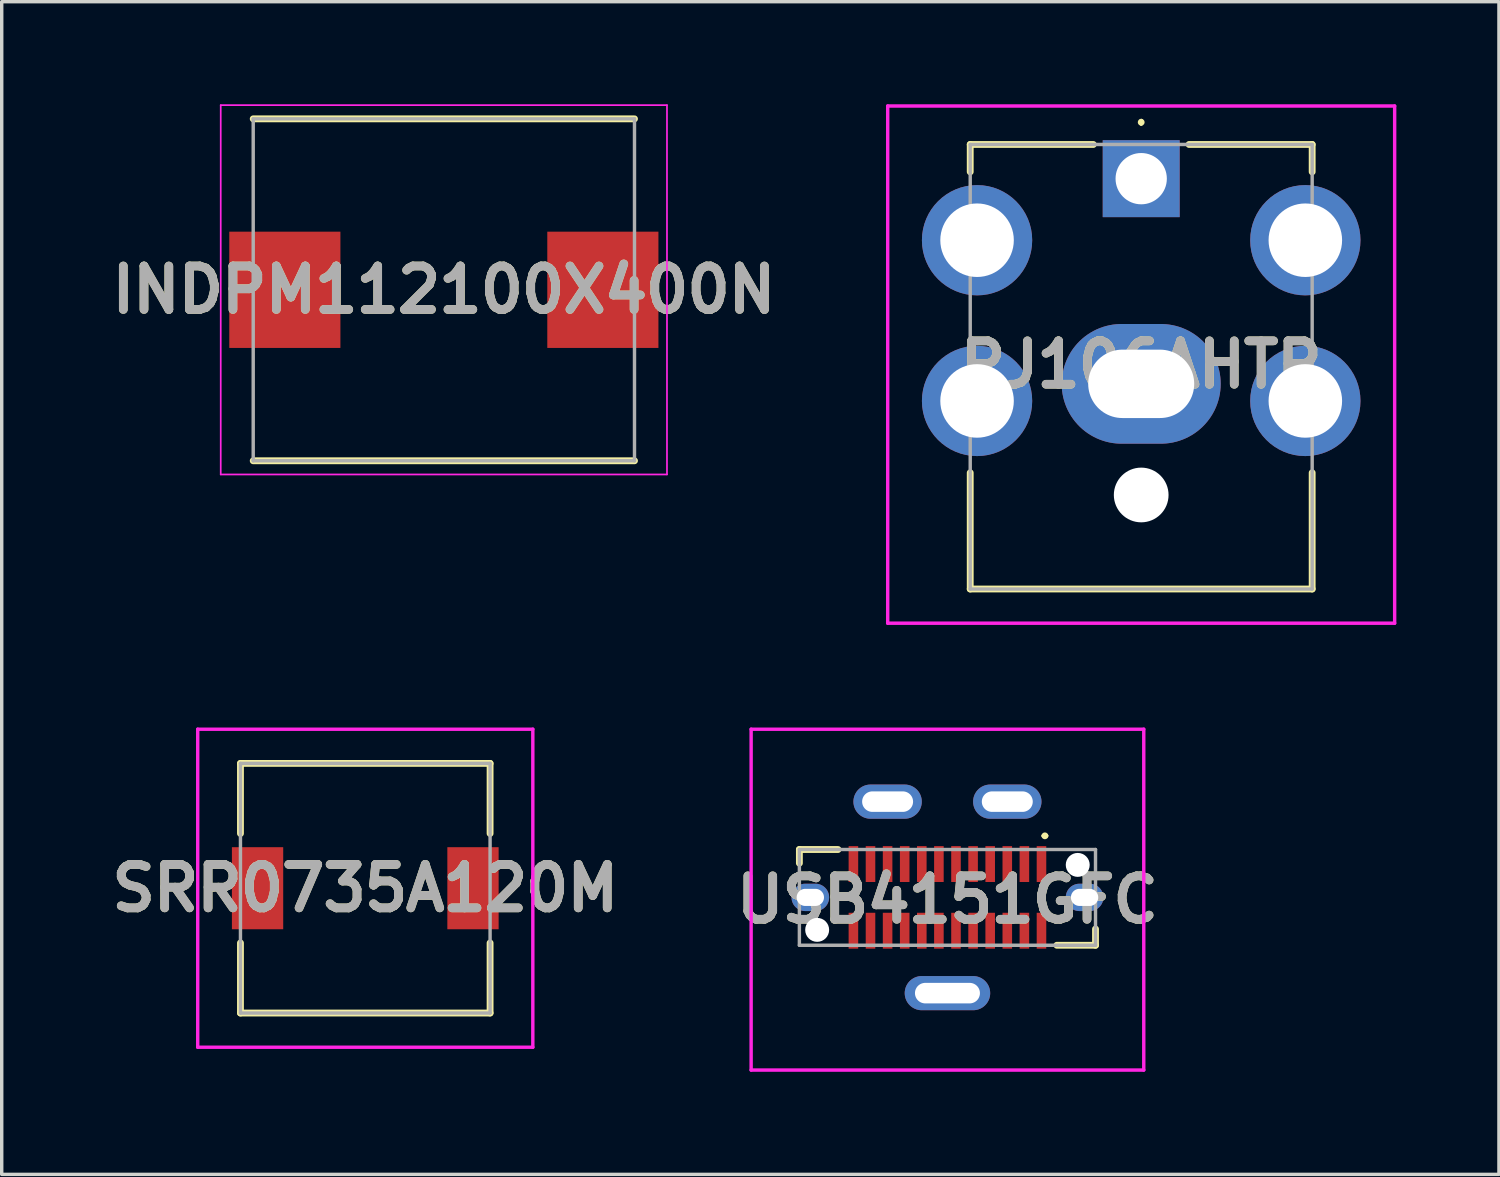
<source format=kicad_pcb>
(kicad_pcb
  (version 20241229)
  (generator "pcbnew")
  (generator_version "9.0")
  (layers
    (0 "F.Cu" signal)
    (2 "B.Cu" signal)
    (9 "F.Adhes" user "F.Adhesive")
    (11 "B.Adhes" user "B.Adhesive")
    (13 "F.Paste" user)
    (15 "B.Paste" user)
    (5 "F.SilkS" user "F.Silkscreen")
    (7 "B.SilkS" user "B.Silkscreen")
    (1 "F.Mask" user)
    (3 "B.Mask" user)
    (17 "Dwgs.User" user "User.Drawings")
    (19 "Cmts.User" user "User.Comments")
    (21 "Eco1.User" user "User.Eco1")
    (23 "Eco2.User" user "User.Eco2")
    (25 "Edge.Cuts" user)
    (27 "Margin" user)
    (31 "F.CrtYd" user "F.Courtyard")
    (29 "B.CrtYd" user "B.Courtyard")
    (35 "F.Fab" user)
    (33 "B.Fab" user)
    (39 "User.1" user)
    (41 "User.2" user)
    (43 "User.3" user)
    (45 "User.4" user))
  (footprint "USB4151GFC"
    (layer "F.Cu")
    (at 24.657 23.193)
    (property "Reference" "USB4151GFC" (at 0 0.066 0) (layer "F.SilkS") (effects (font (size 1.27 1.27) (thickness 0.254))))
    (attr through_hole)
    (fp_line (start -4.33 -1.4) (end -4.33 -1) (stroke (width 0.2) (type solid)) (layer "F.SilkS"))
    (fp_line (start -3.2 -1.4) (end -4.33 -1.4) (stroke (width 0.2) (type solid)) (layer "F.SilkS"))
    (fp_line (start 2.8 -1.8) (end 2.8 -1.8) (stroke (width 0.1) (type solid)) (layer "F.SilkS"))
    (fp_line (start 2.9 -1.8) (end 2.9 -1.8) (stroke (width 0.1) (type solid)) (layer "F.SilkS"))
    (fp_line (start 3.2 1.4) (end 4.33 1.4) (stroke (width 0.2) (type solid)) (layer "F.SilkS"))
    (fp_line (start 4.33 1.4) (end 4.33 0.925) (stroke (width 0.2) (type solid)) (layer "F.SilkS"))
    (fp_arc (start 2.8 -1.8) (mid 2.85 -1.85) (end 2.9 -1.8) (stroke (width 0.1) (type solid)) (layer "F.SilkS"))
    (fp_arc (start 2.9 -1.8) (mid 2.85 -1.75) (end 2.8 -1.8) (stroke (width 0.1) (type solid)) (layer "F.SilkS"))
    (fp_line (start -5.741 -4.918) (end 5.741 -4.918) (stroke (width 0.1) (type solid)) (layer "F.CrtYd"))
    (fp_line (start -5.741 5.05) (end -5.741 -4.918) (stroke (width 0.1) (type solid)) (layer "F.CrtYd"))
    (fp_line (start 5.741 -4.918) (end 5.741 5.05) (stroke (width 0.1) (type solid)) (layer "F.CrtYd"))
    (fp_line (start 5.741 5.05) (end -5.741 5.05) (stroke (width 0.1) (type solid)) (layer "F.CrtYd"))
    (fp_line (start -4.33 -1.4) (end 4.33 -1.4) (stroke (width 0.1) (type solid)) (layer "F.Fab"))
    (fp_line (start -4.33 1.4) (end -4.33 -1.4) (stroke (width 0.1) (type solid)) (layer "F.Fab"))
    (fp_line (start 4.33 -1.4) (end 4.33 1.4) (stroke (width 0.1) (type solid)) (layer "F.Fab"))
    (fp_line (start 4.33 1.4) (end -4.33 1.4) (stroke (width 0.1) (type solid)) (layer "F.Fab"))
    (fp_text user "${REFERENCE}" (at 0 0.066 0) (layer "F.Fab") (effects (font (size 1.27 1.27) (thickness 0.254))))
    (pad "" np_thru_hole circle (at -3.81 0.95) (size 0.7 0.7) (drill 0.7) (layers "*.Cu" "*.Mask"))
    (pad "" np_thru_hole circle (at 3.81 -0.95) (size 0.7 0.7) (drill 0.7) (layers "*.Cu" "*.Mask"))
    (pad "A1" smd rect (at 2.75 -0.975) (size 0.28 1.05) (layers "F.Cu" "F.Mask" "F.Paste"))
    (pad "A2" smd rect (at 2.25 -0.975) (size 0.28 1.05) (layers "F.Cu" "F.Mask" "F.Paste"))
    (pad "A3" smd rect (at 1.75 -0.975) (size 0.28 1.05) (layers "F.Cu" "F.Mask" "F.Paste"))
    (pad "A4" smd rect (at 1.25 -0.975) (size 0.28 1.05) (layers "F.Cu" "F.Mask" "F.Paste"))
    (pad "A5" smd rect (at 0.75 -0.975) (size 0.28 1.05) (layers "F.Cu" "F.Mask" "F.Paste"))
    (pad "A6" smd rect (at 0.25 -0.975) (size 0.28 1.05) (layers "F.Cu" "F.Mask" "F.Paste"))
    (pad "A7" smd rect (at -0.25 -0.975) (size 0.28 1.05) (layers "F.Cu" "F.Mask" "F.Paste"))
    (pad "A8" smd rect (at -0.75 -0.975) (size 0.28 1.05) (layers "F.Cu" "F.Mask" "F.Paste"))
    (pad "A9" smd rect (at -1.25 -0.975) (size 0.28 1.05) (layers "F.Cu" "F.Mask" "F.Paste"))
    (pad "A10" smd rect (at -1.75 -0.975) (size 0.28 1.05) (layers "F.Cu" "F.Mask" "F.Paste"))
    (pad "A11" smd rect (at -2.25 -0.975) (size 0.28 1.05) (layers "F.Cu" "F.Mask" "F.Paste"))
    (pad "A12" smd rect (at -2.75 -0.975) (size 0.28 1.05) (layers "F.Cu" "F.Mask" "F.Paste"))
    (pad "B1" smd rect (at -2.75 0.975) (size 0.28 1.05) (layers "F.Cu" "F.Mask" "F.Paste"))
    (pad "B2" smd rect (at -2.25 0.975) (size 0.28 1.05) (layers "F.Cu" "F.Mask" "F.Paste"))
    (pad "B3" smd rect (at -1.75 0.975) (size 0.28 1.05) (layers "F.Cu" "F.Mask" "F.Paste"))
    (pad "B4" smd rect (at -1.25 0.975) (size 0.28 1.05) (layers "F.Cu" "F.Mask" "F.Paste"))
    (pad "B5" smd rect (at -0.75 0.975) (size 0.28 1.05) (layers "F.Cu" "F.Mask" "F.Paste"))
    (pad "B6" smd rect (at -0.25 0.975) (size 0.28 1.05) (layers "F.Cu" "F.Mask" "F.Paste"))
    (pad "B7" smd rect (at 0.25 0.975) (size 0.28 1.05) (layers "F.Cu" "F.Mask" "F.Paste"))
    (pad "B8" smd rect (at 0.75 0.975) (size 0.28 1.05) (layers "F.Cu" "F.Mask" "F.Paste"))
    (pad "B9" smd rect (at 1.25 0.975) (size 0.28 1.05) (layers "F.Cu" "F.Mask" "F.Paste"))
    (pad "B10" smd rect (at 1.75 0.975) (size 0.28 1.05) (layers "F.Cu" "F.Mask" "F.Paste"))
    (pad "B11" smd rect (at 2.25 0.975) (size 0.28 1.05) (layers "F.Cu" "F.Mask" "F.Paste"))
    (pad "B12" smd rect (at 2.75 0.975) (size 0.28 1.05) (layers "F.Cu" "F.Mask" "F.Paste"))
    (pad "S1" thru_hole oval (at -4.01 0) (size 1.1 0.8) (drill oval 0.8 0.5) (layers "*.Cu" "*.Mask"))
    (pad "S1" thru_hole oval (at -1.75 -2.8) (size 2 1) (drill oval 1.49 0.6) (layers "*.Cu" "*.Mask"))
    (pad "S1" thru_hole oval (at 0 2.8) (size 2.5 1) (drill oval 1.9 0.6) (layers "*.Cu" "*.Mask"))
    (pad "S1" thru_hole oval (at 1.75 -2.8) (size 2 1) (drill oval 1.49 0.6) (layers "*.Cu" "*.Mask"))
    (pad "S1" thru_hole oval (at 4.01 0) (size 1.1 0.8) (drill oval 0.8 0.5) (layers "*.Cu" "*.Mask")))
  (footprint "INDPM112100X400N"
    (layer "F.Cu")
    (at 9.93 5.425)
    (property "Reference" "INDPM112100X400N" (at 0 0 0) (layer "F.SilkS") (effects (font (size 1.27 1.27) (thickness 0.254))))
    (attr smd)
    (fp_line (start -5.575 5) (end 5.575 5) (stroke (width 0.2) (type solid)) (layer "F.SilkS"))
    (fp_line (start 5.575 -5) (end -5.575 -5) (stroke (width 0.2) (type solid)) (layer "F.SilkS"))
    (fp_line (start -6.525 -5.4) (end 6.525 -5.4) (stroke (width 0.05) (type solid)) (layer "F.CrtYd"))
    (fp_line (start -6.525 5.4) (end -6.525 -5.4) (stroke (width 0.05) (type solid)) (layer "F.CrtYd"))
    (fp_line (start 6.525 -5.4) (end 6.525 5.4) (stroke (width 0.05) (type solid)) (layer "F.CrtYd"))
    (fp_line (start 6.525 5.4) (end -6.525 5.4) (stroke (width 0.05) (type solid)) (layer "F.CrtYd"))
    (fp_line (start -5.575 -5) (end 5.575 -5) (stroke (width 0.1) (type solid)) (layer "F.Fab"))
    (fp_line (start -5.575 5) (end -5.575 -5) (stroke (width 0.1) (type solid)) (layer "F.Fab"))
    (fp_line (start 5.575 -5) (end 5.575 5) (stroke (width 0.1) (type solid)) (layer "F.Fab"))
    (fp_line (start 5.575 5) (end -5.575 5) (stroke (width 0.1) (type solid)) (layer "F.Fab"))
    (fp_text user "${REFERENCE}" (at 0 0 0) (layer "F.Fab") (effects (font (size 1.27 1.27) (thickness 0.254))))
    (pad "1" smd rect (at -4.65 0) (size 3.25 3.4) (layers "F.Cu" "F.Mask" "F.Paste"))
    (pad "2" smd rect (at 4.65 0) (size 3.25 3.4) (layers "F.Cu" "F.Mask" "F.Paste")))
  (footprint "SRR0735A120M"
    (layer "F.Cu")
    (at 7.632 22.925)
    (property "Reference" "SRR0735A120M" (at 0 0 0) (layer "F.SilkS") (effects (font (size 1.27 1.27) (thickness 0.254))))
    (attr smd)
    (fp_line (start -4.5 0) (end -4.5 0) (stroke (width 0.1) (type solid)) (layer "F.SilkS"))
    (fp_line (start -4.4 0) (end -4.4 0) (stroke (width 0.1) (type solid)) (layer "F.SilkS"))
    (fp_line (start -3.65 -3.65) (end 3.65 -3.65) (stroke (width 0.2) (type solid)) (layer "F.SilkS"))
    (fp_line (start -3.65 -1.6) (end -3.65 -3.65) (stroke (width 0.2) (type solid)) (layer "F.SilkS"))
    (fp_line (start -3.65 1.6) (end -3.65 3.65) (stroke (width 0.2) (type solid)) (layer "F.SilkS"))
    (fp_line (start -3.65 3.65) (end 3.65 3.65) (stroke (width 0.2) (type solid)) (layer "F.SilkS"))
    (fp_line (start 3.65 -3.65) (end 3.65 -1.6) (stroke (width 0.2) (type solid)) (layer "F.SilkS"))
    (fp_line (start 3.65 3.65) (end 3.65 1.6) (stroke (width 0.2) (type solid)) (layer "F.SilkS"))
    (fp_arc (start -4.5 0) (mid -4.45 -0.05) (end -4.4 0) (stroke (width 0.1) (type solid)) (layer "F.SilkS"))
    (fp_arc (start -4.4 0) (mid -4.45 0.05) (end -4.5 0) (stroke (width 0.1) (type solid)) (layer "F.SilkS"))
    (fp_line (start -4.9 -4.65) (end 4.9 -4.65) (stroke (width 0.1) (type solid)) (layer "F.CrtYd"))
    (fp_line (start -4.9 4.65) (end -4.9 -4.65) (stroke (width 0.1) (type solid)) (layer "F.CrtYd"))
    (fp_line (start 4.9 -4.65) (end 4.9 4.65) (stroke (width 0.1) (type solid)) (layer "F.CrtYd"))
    (fp_line (start 4.9 4.65) (end -4.9 4.65) (stroke (width 0.1) (type solid)) (layer "F.CrtYd"))
    (fp_line (start -3.65 -3.65) (end -3.65 3.65) (stroke (width 0.1) (type solid)) (layer "F.Fab"))
    (fp_line (start -3.65 3.65) (end 3.65 3.65) (stroke (width 0.1) (type solid)) (layer "F.Fab"))
    (fp_line (start 3.65 -3.65) (end -3.65 -3.65) (stroke (width 0.1) (type solid)) (layer "F.Fab"))
    (fp_line (start 3.65 3.65) (end 3.65 -3.65) (stroke (width 0.1) (type solid)) (layer "F.Fab"))
    (fp_text user "${REFERENCE}" (at 0 0 0) (layer "F.Fab") (effects (font (size 1.27 1.27) (thickness 0.254))))
    (pad "1" smd rect (at -3.15 0) (size 1.5 2.4) (layers "F.Cu" "F.Mask" "F.Paste"))
    (pad "2" smd rect (at 3.15 0) (size 1.5 2.4) (layers "F.Cu" "F.Mask" "F.Paste")))
  (footprint "PJ106AHTR"
    (layer "F.Cu")
    (at 30.323 2.175)
    (property "Reference" "PJ106AHTR" (at 0 5.438 0) (layer "F.SilkS") (effects (font (size 1.27 1.27) (thickness 0.254))))
    (attr through_hole)
    (fp_line (start -5 -1) (end -5 -0.2) (stroke (width 0.2) (type solid)) (layer "F.SilkS"))
    (fp_line (start -5 8.6) (end -5 12) (stroke (width 0.2) (type solid)) (layer "F.SilkS"))
    (fp_line (start -5 12) (end 5 12) (stroke (width 0.2) (type solid)) (layer "F.SilkS"))
    (fp_line (start -1.4 -1) (end -5 -1) (stroke (width 0.2) (type solid)) (layer "F.SilkS"))
    (fp_line (start 0 -1.7) (end 0 -1.7) (stroke (width 0.1) (type solid)) (layer "F.SilkS"))
    (fp_line (start 0 -1.6) (end 0 -1.6) (stroke (width 0.1) (type solid)) (layer "F.SilkS"))
    (fp_line (start 1.4 -1) (end 5 -1) (stroke (width 0.2) (type solid)) (layer "F.SilkS"))
    (fp_line (start 5 -1) (end 5 -0.2) (stroke (width 0.2) (type solid)) (layer "F.SilkS"))
    (fp_line (start 5 12) (end 5 8.6) (stroke (width 0.2) (type solid)) (layer "F.SilkS"))
    (fp_arc (start 0 -1.7) (mid 0.05 -1.65) (end 0 -1.6) (stroke (width 0.1) (type solid)) (layer "F.SilkS"))
    (fp_arc (start 0 -1.6) (mid -0.05 -1.65) (end 0 -1.7) (stroke (width 0.1) (type solid)) (layer "F.SilkS"))
    (fp_line (start -7.413 -2.125) (end 7.412 -2.125) (stroke (width 0.1) (type solid)) (layer "F.CrtYd"))
    (fp_line (start -7.413 13) (end -7.413 -2.125) (stroke (width 0.1) (type solid)) (layer "F.CrtYd"))
    (fp_line (start 7.412 -2.125) (end 7.412 13) (stroke (width 0.1) (type solid)) (layer "F.CrtYd"))
    (fp_line (start 7.412 13) (end -7.413 13) (stroke (width 0.1) (type solid)) (layer "F.CrtYd"))
    (fp_line (start -5 -1) (end 5 -1) (stroke (width 0.1) (type solid)) (layer "F.Fab"))
    (fp_line (start -5 12) (end -5 -1) (stroke (width 0.1) (type solid)) (layer "F.Fab"))
    (fp_line (start 5 -1) (end 5 12) (stroke (width 0.1) (type solid)) (layer "F.Fab"))
    (fp_line (start 5 12) (end -5 12) (stroke (width 0.1) (type solid)) (layer "F.Fab"))
    (fp_text user "${REFERENCE}" (at 0 5.438 0) (layer "F.Fab") (effects (font (size 1.27 1.27) (thickness 0.254))))
    (pad "" np_thru_hole circle (at 0 9.25) (size 1.6 1.6) (drill 1.6) (layers "*.Cu" "*.Mask"))
    (pad "1" thru_hole rect (at 0 0) (size 2.25 2.25) (drill 1.5) (layers "*.Cu" "*.Mask"))
    (pad "2" thru_hole circle (at -4.8 1.8) (size 3.225 3.225) (drill 2.15) (layers "*.Cu" "*.Mask"))
    (pad "2" thru_hole circle (at -4.8 6.5) (size 3.225 3.225) (drill 2.15) (layers "*.Cu" "*.Mask"))
    (pad "2" thru_hole oval (at 0 6) (size 4.65 3.5) (drill oval 3.1 2) (layers "*.Cu" "*.Mask"))
    (pad "2" thru_hole circle (at 4.8 1.8) (size 3.225 3.225) (drill 2.15) (layers "*.Cu" "*.Mask"))
    (pad "2" thru_hole circle (at 4.8 6.5) (size 3.225 3.225) (drill 2.15) (layers "*.Cu" "*.Mask")))
  (gr_rect
    (start -3 -3)
    (end 40.785 31.293)
    (stroke (width 0.1) (type default))
    (fill no)
    (layer "Edge.Cuts")))
</source>
